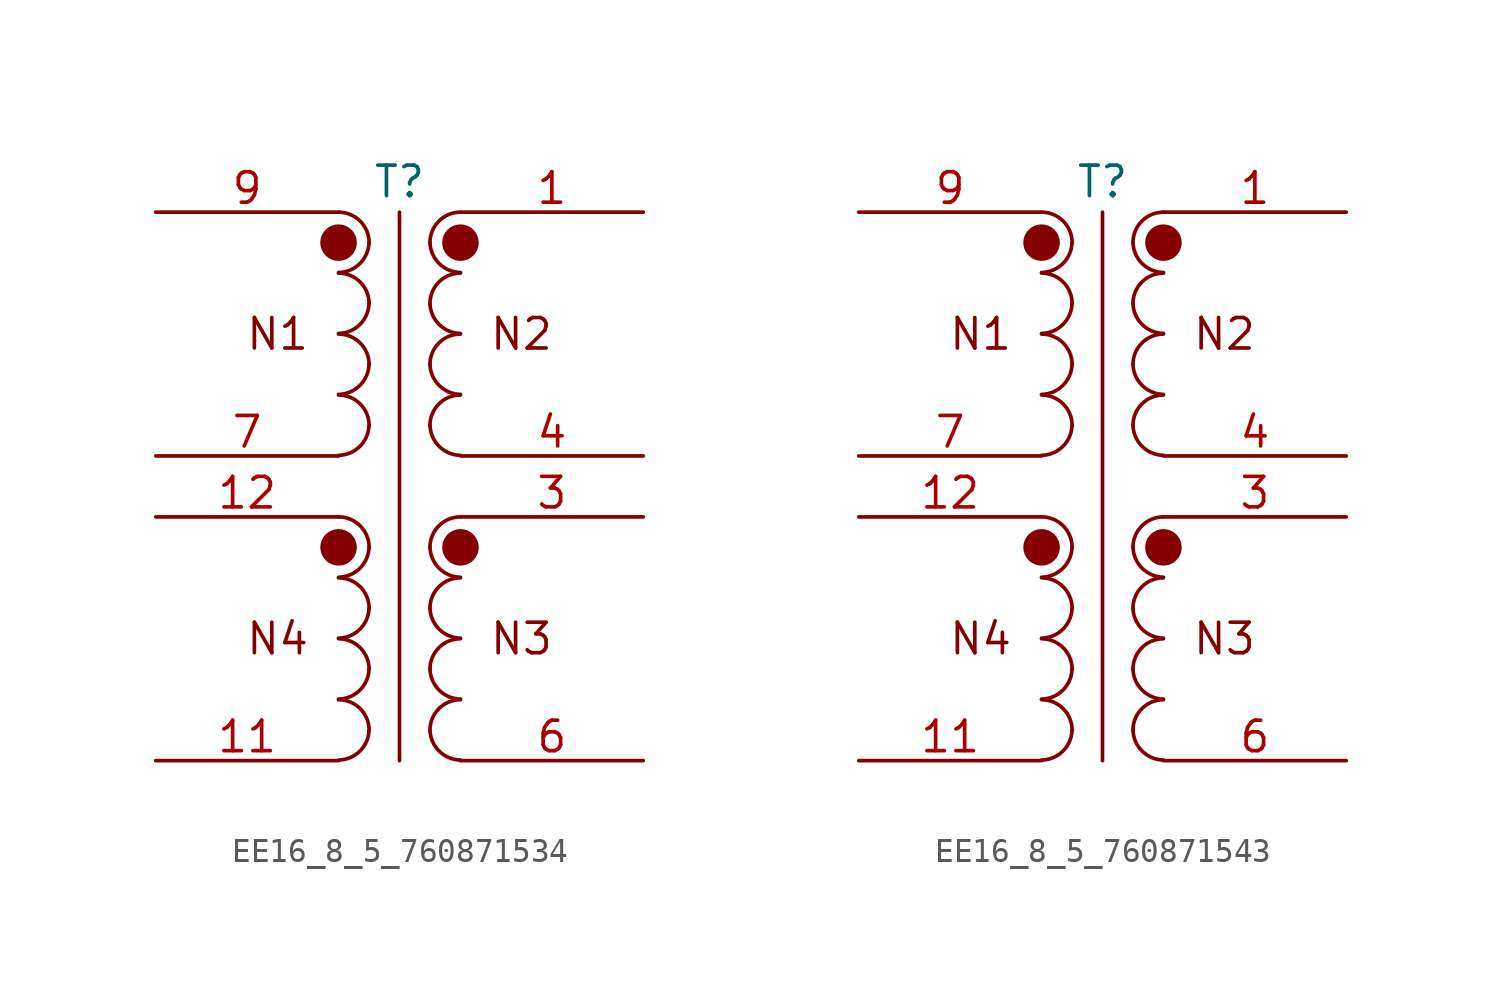
<source format=kicad_sym>
(kicad_symbol_lib
  (version 20220914)
  (generator kicad_symbol_editor)
  (symbol "EE16_8_5_760871534"
    (pin_names hide)
    (property "Reference" "T"
      (at 0 12.7 0)
      (effects (font (size 1.27 1.27))))
    (property "Critical Parameter" ""
      (at 0 -5.08 0)
      (effects (font (size 1.27 1.27)) (justify left)))
    (symbol "EE16_8_5_760871534_0_1"
      (arc (start -2.54 -11.4046) (mid -1.6561 -11.0363) (end -1.27 -10.16) (stroke (width 0) (type default)) (fill (type none)))
      (arc (start -2.54 -8.8646) (mid -1.6561 -8.4963) (end -1.27 -7.62) (stroke (width 0) (type default)) (fill (type none)))
      (arc (start -2.54 -6.3246) (mid -1.6561 -5.9563) (end -1.27 -5.08) (stroke (width 0) (type default)) (fill (type none)))
      (arc (start -2.54 -3.7846) (mid -1.6561 -3.4163) (end -1.27 -2.54) (stroke (width 0) (type default)) (fill (type none)))
      (arc (start -2.54 1.2954) (mid -1.6561 1.6637) (end -1.27 2.54) (stroke (width 0) (type default)) (fill (type none)))
      (arc (start -2.54 3.8354) (mid -1.6561 4.2037) (end -1.27 5.08) (stroke (width 0) (type default)) (fill (type none)))
      (arc (start -2.54 6.3754) (mid -1.6561 6.7437) (end -1.27 7.62) (stroke (width 0) (type default)) (fill (type none)))
      (arc (start -2.54 8.9154) (mid -1.6561 9.2837) (end -1.27 10.16) (stroke (width 0) (type default)) (fill (type none)))
      (arc (start -1.27 -10.16) (mid -1.642 -9.262) (end -2.54 -8.89) (stroke (width 0) (type default)) (fill (type none)))
      (arc (start -1.27 -7.62) (mid -1.642 -6.722) (end -2.54 -6.35) (stroke (width 0) (type default)) (fill (type none)))
      (arc (start -1.27 -5.08) (mid -1.642 -4.182) (end -2.54 -3.81) (stroke (width 0) (type default)) (fill (type none)))
      (arc (start -1.27 -2.54) (mid -1.642 -1.642) (end -2.54 -1.27) (stroke (width 0) (type default)) (fill (type none)))
      (arc (start -1.27 2.54) (mid -1.642 3.438) (end -2.54 3.81) (stroke (width 0) (type default)) (fill (type none)))
      (arc (start -1.27 5.08) (mid -1.642 5.978) (end -2.54 6.35) (stroke (width 0) (type default)) (fill (type none)))
      (arc (start -1.27 7.62) (mid -1.642 8.518) (end -2.54 8.89) (stroke (width 0) (type default)) (fill (type none)))
      (arc (start -1.27 10.16) (mid -1.642 11.058) (end -2.54 11.43) (stroke (width 0) (type default)) (fill (type none)))
      (polyline (pts (xy 0 -11.43) (xy 0 11.43)) (stroke (width 0) (type default)) (fill (type none)))
      (arc (start 1.27 -10.16) (mid 1.6561 -11.0363) (end 2.54 -11.4046) (stroke (width 0) (type default)) (fill (type none)))
      (arc (start 1.27 -7.62) (mid 1.6561 -8.4963) (end 2.54 -8.8646) (stroke (width 0) (type default)) (fill (type none)))
      (arc (start 1.27 -5.08) (mid 1.6561 -5.9563) (end 2.54 -6.3246) (stroke (width 0) (type default)) (fill (type none)))
      (arc (start 1.27 -2.54) (mid 1.6561 -3.4163) (end 2.54 -3.7846) (stroke (width 0) (type default)) (fill (type none)))
      (arc (start 1.27 2.54) (mid 1.6561 1.6637) (end 2.54 1.2954) (stroke (width 0) (type default)) (fill (type none)))
      (arc (start 1.27 5.08) (mid 1.6561 4.2037) (end 2.54 3.8354) (stroke (width 0) (type default)) (fill (type none)))
      (arc (start 1.27 7.62) (mid 1.6561 6.7437) (end 2.54 6.3754) (stroke (width 0) (type default)) (fill (type none)))
      (arc (start 1.27 10.16) (mid 1.6561 9.2837) (end 2.54 8.9154) (stroke (width 0) (type default)) (fill (type none)))
      (arc (start 2.54 -8.89) (mid 1.642 -9.262) (end 1.27 -10.16) (stroke (width 0) (type default)) (fill (type none)))
      (arc (start 2.54 -6.35) (mid 1.642 -6.722) (end 1.27 -7.62) (stroke (width 0) (type default)) (fill (type none)))
      (arc (start 2.54 -3.81) (mid 1.642 -4.182) (end 1.27 -5.08) (stroke (width 0) (type default)) (fill (type none)))
      (arc (start 2.54 -1.27) (mid 1.642 -1.642) (end 1.27 -2.54) (stroke (width 0) (type default)) (fill (type none)))
      (arc (start 2.54 3.81) (mid 1.642 3.438) (end 1.27 2.54) (stroke (width 0) (type default)) (fill (type none)))
      (arc (start 2.54 6.35) (mid 1.642 5.978) (end 1.27 5.08) (stroke (width 0) (type default)) (fill (type none)))
      (arc (start 2.54 8.89) (mid 1.642 8.518) (end 1.27 7.62) (stroke (width 0) (type default)) (fill (type none)))
      (arc (start 2.54 11.43) (mid 1.642 11.058) (end 1.27 10.16) (stroke (width 0) (type default)) (fill (type none))))
    (symbol "EE16_8_5_760871534_1_1"
      (circle (center -2.54 -2.54) (radius 0.0001) (stroke (width 0.762) (type default)) (fill (type none)))
      (circle (center -2.54 10.16) (radius 0.0001) (stroke (width 0.762) (type default)) (fill (type none)))
      (circle (center 2.54 -2.54) (radius 0.0001) (stroke (width 0.762) (type default)) (fill (type none)))
      (circle (center 2.54 10.16) (radius 0.0001) (stroke (width 0.762) (type default)) (fill (type none)))
      (text "N1" (at -5.08 6.35 0) (effects (font (size 1.27 1.27))))
      (text "N2" (at 5.08 6.35 0) (effects (font (size 1.27 1.27))))
      (text "N3" (at 5.08 -6.35 0) (effects (font (size 1.27 1.27))))
      (text "N4" (at -5.08 -6.35 0) (effects (font (size 1.27 1.27))))
      (pin passive line (at 10.16 11.43 180) (length 7.62) (name "1" (effects (font (size 1.27 1.27)))) (number "1" (effects (font (size 1.27 1.27)))))
      (pin passive line (at -10.16 -11.43 0) (length 7.62) (name "11" (effects (font (size 1.27 1.27)))) (number "11" (effects (font (size 1.27 1.27)))))
      (pin passive line (at -10.16 -1.27 0) (length 7.62) (name "12" (effects (font (size 1.27 1.27)))) (number "12" (effects (font (size 1.27 1.27)))))
      (pin passive line (at 10.16 -1.27 180) (length 7.62) (name "3" (effects (font (size 1.27 1.27)))) (number "3" (effects (font (size 1.27 1.27)))))
      (pin passive line (at 10.16 1.27 180) (length 7.62) (name "4" (effects (font (size 1.27 1.27)))) (number "4" (effects (font (size 1.27 1.27)))))
      (pin passive line (at 10.16 -11.43 180) (length 7.62) (name "6" (effects (font (size 1.27 1.27)))) (number "6" (effects (font (size 1.27 1.27)))))
      (pin passive line (at -10.16 1.27 0) (length 7.62) (name "7" (effects (font (size 1.27 1.27)))) (number "7" (effects (font (size 1.27 1.27)))))
      (pin passive line (at -10.16 11.43 0) (length 7.62) (name "9" (effects (font (size 1.27 1.27)))) (number "9" (effects (font (size 1.27 1.27)))))))
  (symbol "EE16_8_5_760871543"
    (pin_names hide)
    (property "Reference" "T"
      (at 0 12.7 0)
      (effects (font (size 1.27 1.27))))
    (property "Critical Parameter" ""
      (at 0 -5.08 0)
      (effects (font (size 1.27 1.27)) (justify left)))
    (symbol "EE16_8_5_760871543_0_1"
      (arc (start -2.54 -11.4046) (mid -1.6561 -11.0363) (end -1.27 -10.16) (stroke (width 0) (type default)) (fill (type none)))
      (arc (start -2.54 -8.8646) (mid -1.6561 -8.4963) (end -1.27 -7.62) (stroke (width 0) (type default)) (fill (type none)))
      (arc (start -2.54 -6.3246) (mid -1.6561 -5.9563) (end -1.27 -5.08) (stroke (width 0) (type default)) (fill (type none)))
      (arc (start -2.54 -3.7846) (mid -1.6561 -3.4163) (end -1.27 -2.54) (stroke (width 0) (type default)) (fill (type none)))
      (arc (start -2.54 1.2954) (mid -1.6561 1.6637) (end -1.27 2.54) (stroke (width 0) (type default)) (fill (type none)))
      (arc (start -2.54 3.8354) (mid -1.6561 4.2037) (end -1.27 5.08) (stroke (width 0) (type default)) (fill (type none)))
      (arc (start -2.54 6.3754) (mid -1.6561 6.7437) (end -1.27 7.62) (stroke (width 0) (type default)) (fill (type none)))
      (arc (start -2.54 8.9154) (mid -1.6561 9.2837) (end -1.27 10.16) (stroke (width 0) (type default)) (fill (type none)))
      (arc (start -1.27 -10.16) (mid -1.642 -9.262) (end -2.54 -8.89) (stroke (width 0) (type default)) (fill (type none)))
      (arc (start -1.27 -7.62) (mid -1.642 -6.722) (end -2.54 -6.35) (stroke (width 0) (type default)) (fill (type none)))
      (arc (start -1.27 -5.08) (mid -1.642 -4.182) (end -2.54 -3.81) (stroke (width 0) (type default)) (fill (type none)))
      (arc (start -1.27 -2.54) (mid -1.642 -1.642) (end -2.54 -1.27) (stroke (width 0) (type default)) (fill (type none)))
      (arc (start -1.27 2.54) (mid -1.642 3.438) (end -2.54 3.81) (stroke (width 0) (type default)) (fill (type none)))
      (arc (start -1.27 5.08) (mid -1.642 5.978) (end -2.54 6.35) (stroke (width 0) (type default)) (fill (type none)))
      (arc (start -1.27 7.62) (mid -1.642 8.518) (end -2.54 8.89) (stroke (width 0) (type default)) (fill (type none)))
      (arc (start -1.27 10.16) (mid -1.642 11.058) (end -2.54 11.43) (stroke (width 0) (type default)) (fill (type none)))
      (polyline (pts (xy 0 -11.43) (xy 0 11.43)) (stroke (width 0) (type default)) (fill (type none)))
      (arc (start 1.27 -10.16) (mid 1.6561 -11.0363) (end 2.54 -11.4046) (stroke (width 0) (type default)) (fill (type none)))
      (arc (start 1.27 -7.62) (mid 1.6561 -8.4963) (end 2.54 -8.8646) (stroke (width 0) (type default)) (fill (type none)))
      (arc (start 1.27 -5.08) (mid 1.6561 -5.9563) (end 2.54 -6.3246) (stroke (width 0) (type default)) (fill (type none)))
      (arc (start 1.27 -2.54) (mid 1.6561 -3.4163) (end 2.54 -3.7846) (stroke (width 0) (type default)) (fill (type none)))
      (arc (start 1.27 2.54) (mid 1.6561 1.6637) (end 2.54 1.2954) (stroke (width 0) (type default)) (fill (type none)))
      (arc (start 1.27 5.08) (mid 1.6561 4.2037) (end 2.54 3.8354) (stroke (width 0) (type default)) (fill (type none)))
      (arc (start 1.27 7.62) (mid 1.6561 6.7437) (end 2.54 6.3754) (stroke (width 0) (type default)) (fill (type none)))
      (arc (start 1.27 10.16) (mid 1.6561 9.2837) (end 2.54 8.9154) (stroke (width 0) (type default)) (fill (type none)))
      (arc (start 2.54 -8.89) (mid 1.642 -9.262) (end 1.27 -10.16) (stroke (width 0) (type default)) (fill (type none)))
      (arc (start 2.54 -6.35) (mid 1.642 -6.722) (end 1.27 -7.62) (stroke (width 0) (type default)) (fill (type none)))
      (arc (start 2.54 -3.81) (mid 1.642 -4.182) (end 1.27 -5.08) (stroke (width 0) (type default)) (fill (type none)))
      (arc (start 2.54 -1.27) (mid 1.642 -1.642) (end 1.27 -2.54) (stroke (width 0) (type default)) (fill (type none)))
      (arc (start 2.54 3.81) (mid 1.642 3.438) (end 1.27 2.54) (stroke (width 0) (type default)) (fill (type none)))
      (arc (start 2.54 6.35) (mid 1.642 5.978) (end 1.27 5.08) (stroke (width 0) (type default)) (fill (type none)))
      (arc (start 2.54 8.89) (mid 1.642 8.518) (end 1.27 7.62) (stroke (width 0) (type default)) (fill (type none)))
      (arc (start 2.54 11.43) (mid 1.642 11.058) (end 1.27 10.16) (stroke (width 0) (type default)) (fill (type none))))
    (symbol "EE16_8_5_760871543_1_1"
      (circle (center -2.54 -2.54) (radius 0.0001) (stroke (width 0.762) (type default)) (fill (type none)))
      (circle (center -2.54 10.16) (radius 0.0001) (stroke (width 0.762) (type default)) (fill (type none)))
      (circle (center 2.54 -2.54) (radius 0.0001) (stroke (width 0.762) (type default)) (fill (type none)))
      (circle (center 2.54 10.16) (radius 0.0001) (stroke (width 0.762) (type default)) (fill (type none)))
      (text "N1" (at -5.08 6.35 0) (effects (font (size 1.27 1.27))))
      (text "N2" (at 5.08 6.35 0) (effects (font (size 1.27 1.27))))
      (text "N3" (at 5.08 -6.35 0) (effects (font (size 1.27 1.27))))
      (text "N4" (at -5.08 -6.35 0) (effects (font (size 1.27 1.27))))
      (pin passive line (at 10.16 11.43 180) (length 7.62) (name "1" (effects (font (size 1.27 1.27)))) (number "1" (effects (font (size 1.27 1.27)))))
      (pin passive line (at -10.16 -11.43 0) (length 7.62) (name "11" (effects (font (size 1.27 1.27)))) (number "11" (effects (font (size 1.27 1.27)))))
      (pin passive line (at -10.16 -1.27 0) (length 7.62) (name "12" (effects (font (size 1.27 1.27)))) (number "12" (effects (font (size 1.27 1.27)))))
      (pin passive line (at 10.16 -1.27 180) (length 7.62) (name "3" (effects (font (size 1.27 1.27)))) (number "3" (effects (font (size 1.27 1.27)))))
      (pin passive line (at 10.16 1.27 180) (length 7.62) (name "4" (effects (font (size 1.27 1.27)))) (number "4" (effects (font (size 1.27 1.27)))))
      (pin passive line (at 10.16 -11.43 180) (length 7.62) (name "6" (effects (font (size 1.27 1.27)))) (number "6" (effects (font (size 1.27 1.27)))))
      (pin passive line (at -10.16 1.27 0) (length 7.62) (name "7" (effects (font (size 1.27 1.27)))) (number "7" (effects (font (size 1.27 1.27)))))
      (pin passive line (at -10.16 11.43 0) (length 7.62) (name "9" (effects (font (size 1.27 1.27)))) (number "9" (effects (font (size 1.27 1.27))))))))
</source>
